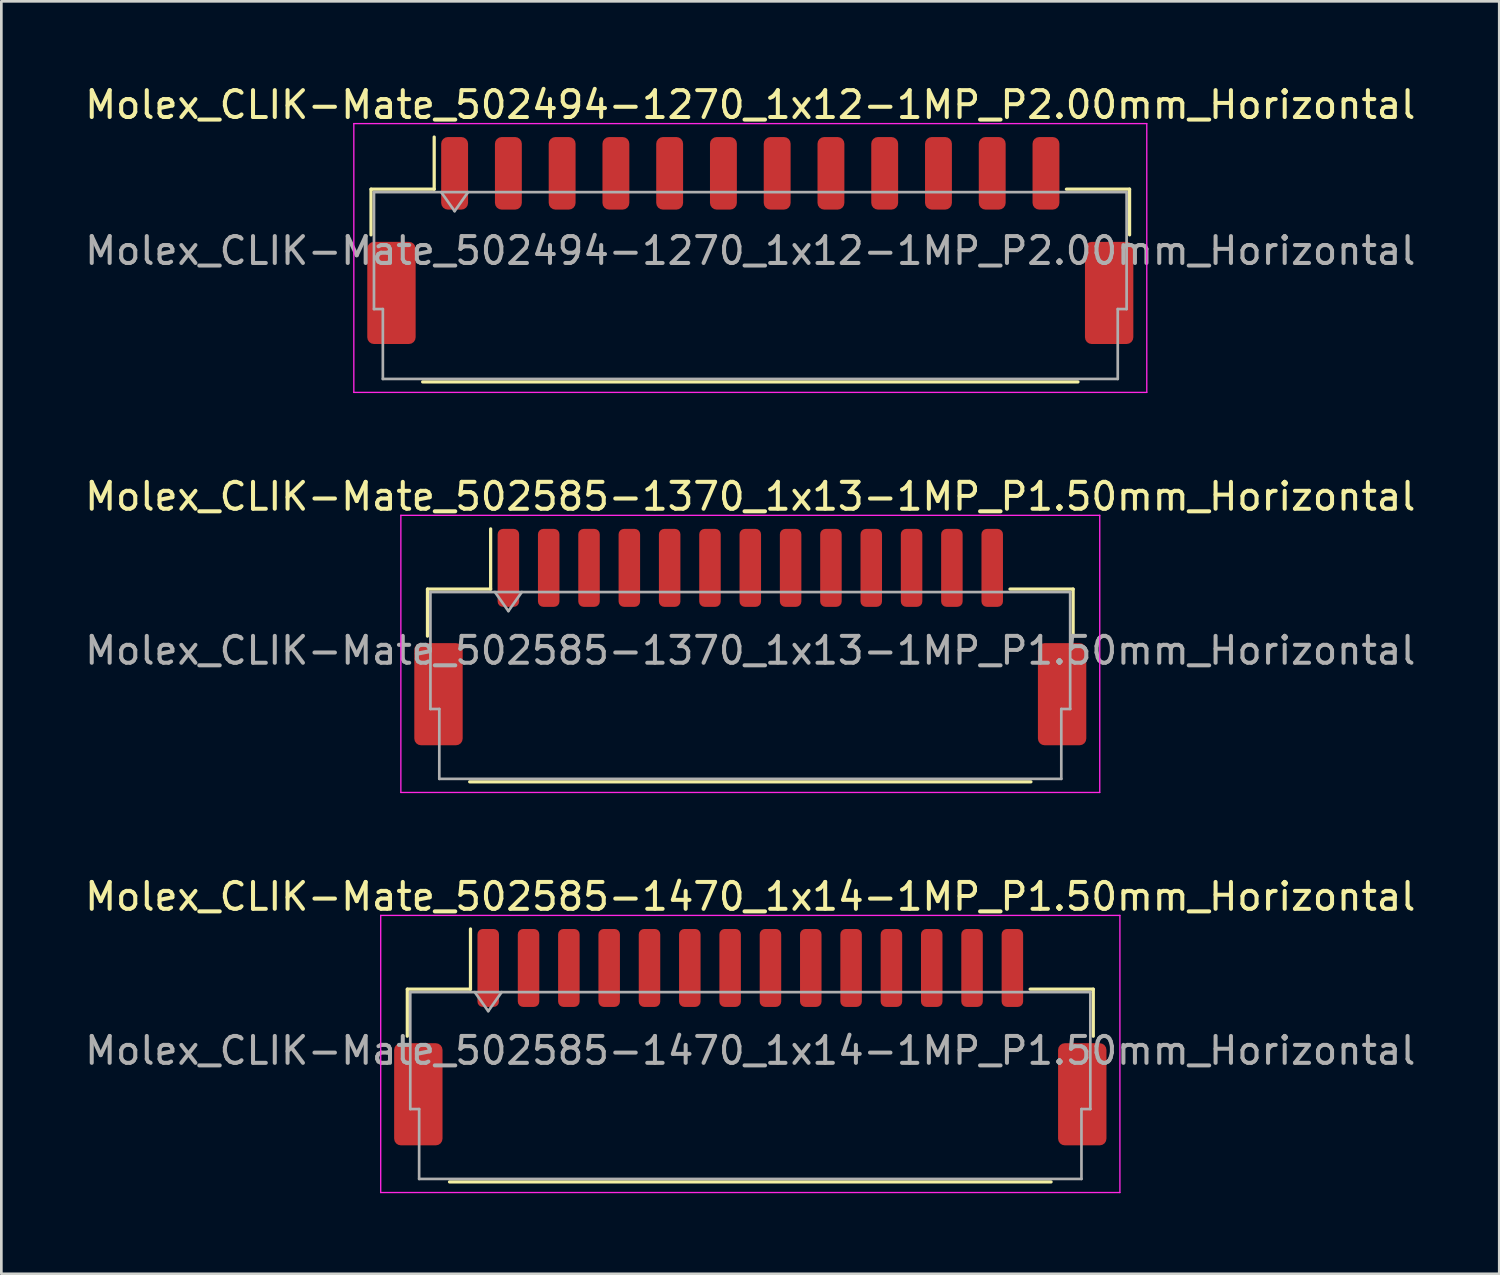
<source format=kicad_pcb>
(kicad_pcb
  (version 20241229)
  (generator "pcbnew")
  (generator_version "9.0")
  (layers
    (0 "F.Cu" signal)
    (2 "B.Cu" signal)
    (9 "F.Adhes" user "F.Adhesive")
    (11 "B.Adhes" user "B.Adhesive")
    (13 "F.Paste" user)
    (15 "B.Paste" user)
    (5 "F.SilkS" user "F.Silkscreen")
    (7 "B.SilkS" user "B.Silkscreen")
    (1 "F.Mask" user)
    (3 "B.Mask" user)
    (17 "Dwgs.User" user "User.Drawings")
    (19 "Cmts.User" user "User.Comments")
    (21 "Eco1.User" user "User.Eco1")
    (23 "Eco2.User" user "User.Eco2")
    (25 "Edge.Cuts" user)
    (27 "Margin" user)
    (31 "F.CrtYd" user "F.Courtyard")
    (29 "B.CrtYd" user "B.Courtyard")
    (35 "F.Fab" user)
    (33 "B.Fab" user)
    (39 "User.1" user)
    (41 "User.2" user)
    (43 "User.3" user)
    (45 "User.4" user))
  (footprint "Molex_CLIK-Mate_502494-1270_1x12-1MP_P2.00mm_Horizontal"
    (layer "F.Cu")
    (at 24.863 5.898)
    (property "Reference" "Molex_CLIK-Mate_502494-1270_1x12-1MP_P2.00mm_Horizontal" (at 0 -5.05 0) (layer "F.SilkS") (effects (font (size 1 1) (thickness 0.15))))
    (attr smd)
    (fp_line (start -14.11 -1.91) (end -11.76 -1.91) (stroke (width 0.12) (type solid)) (layer "F.SilkS"))
    (fp_line (start -14.11 -0.21) (end -14.11 -1.91) (stroke (width 0.12) (type solid)) (layer "F.SilkS"))
    (fp_line (start -12.19 5.26) (end 12.19 5.26) (stroke (width 0.12) (type solid)) (layer "F.SilkS"))
    (fp_line (start -11.76 -1.91) (end -11.76 -3.85) (stroke (width 0.12) (type solid)) (layer "F.SilkS"))
    (fp_line (start 14.11 -1.91) (end 11.76 -1.91) (stroke (width 0.12) (type solid)) (layer "F.SilkS"))
    (fp_line (start 14.11 -0.21) (end 14.11 -1.91) (stroke (width 0.12) (type solid)) (layer "F.SilkS"))
    (fp_line (start -14.75 -4.35) (end -14.75 5.65) (stroke (width 0.05) (type solid)) (layer "F.CrtYd"))
    (fp_line (start -14.75 5.65) (end 14.75 5.65) (stroke (width 0.05) (type solid)) (layer "F.CrtYd"))
    (fp_line (start 14.75 -4.35) (end -14.75 -4.35) (stroke (width 0.05) (type solid)) (layer "F.CrtYd"))
    (fp_line (start 14.75 5.65) (end 14.75 -4.35) (stroke (width 0.05) (type solid)) (layer "F.CrtYd"))
    (fp_line (start -14 -1.8) (end -14 2.55) (stroke (width 0.1) (type solid)) (layer "F.Fab"))
    (fp_line (start -14 -1.8) (end 14 -1.8) (stroke (width 0.1) (type solid)) (layer "F.Fab"))
    (fp_line (start -14 2.55) (end -13.67 2.55) (stroke (width 0.1) (type solid)) (layer "F.Fab"))
    (fp_line (start -13.67 2.55) (end -13.67 5.15) (stroke (width 0.1) (type solid)) (layer "F.Fab"))
    (fp_line (start -13.67 5.15) (end 13.67 5.15) (stroke (width 0.1) (type solid)) (layer "F.Fab"))
    (fp_line (start -11.5 -1.8) (end -11 -1.093) (stroke (width 0.1) (type solid)) (layer "F.Fab"))
    (fp_line (start -11 -1.093) (end -10.5 -1.8) (stroke (width 0.1) (type solid)) (layer "F.Fab"))
    (fp_line (start 13.67 2.55) (end 14 2.55) (stroke (width 0.1) (type solid)) (layer "F.Fab"))
    (fp_line (start 13.67 5.15) (end 13.67 2.55) (stroke (width 0.1) (type solid)) (layer "F.Fab"))
    (fp_line (start 14 -1.8) (end 14 2.55) (stroke (width 0.1) (type solid)) (layer "F.Fab"))
    (fp_text user "${REFERENCE}" (at 0 0.38 0) (layer "F.Fab") (effects (font (size 1 1) (thickness 0.15))))
    (pad "1" smd roundrect (at -11 -2.5) (size 1 2.7) (layers "F.Cu" "F.Mask" "F.Paste") (roundrect_rratio 0.25))
    (pad "2" smd roundrect (at -9 -2.5) (size 1 2.7) (layers "F.Cu" "F.Mask" "F.Paste") (roundrect_rratio 0.25))
    (pad "3" smd roundrect (at -7 -2.5) (size 1 2.7) (layers "F.Cu" "F.Mask" "F.Paste") (roundrect_rratio 0.25))
    (pad "4" smd roundrect (at -5 -2.5) (size 1 2.7) (layers "F.Cu" "F.Mask" "F.Paste") (roundrect_rratio 0.25))
    (pad "5" smd roundrect (at -3 -2.5) (size 1 2.7) (layers "F.Cu" "F.Mask" "F.Paste") (roundrect_rratio 0.25))
    (pad "6" smd roundrect (at -1 -2.5) (size 1 2.7) (layers "F.Cu" "F.Mask" "F.Paste") (roundrect_rratio 0.25))
    (pad "7" smd roundrect (at 1 -2.5) (size 1 2.7) (layers "F.Cu" "F.Mask" "F.Paste") (roundrect_rratio 0.25))
    (pad "8" smd roundrect (at 3 -2.5) (size 1 2.7) (layers "F.Cu" "F.Mask" "F.Paste") (roundrect_rratio 0.25))
    (pad "9" smd roundrect (at 5 -2.5) (size 1 2.7) (layers "F.Cu" "F.Mask" "F.Paste") (roundrect_rratio 0.25))
    (pad "10" smd roundrect (at 7 -2.5) (size 1 2.7) (layers "F.Cu" "F.Mask" "F.Paste") (roundrect_rratio 0.25))
    (pad "11" smd roundrect (at 9 -2.5) (size 1 2.7) (layers "F.Cu" "F.Mask" "F.Paste") (roundrect_rratio 0.25))
    (pad "12" smd roundrect (at 11 -2.5) (size 1 2.7) (layers "F.Cu" "F.Mask" "F.Paste") (roundrect_rratio 0.25))
    (pad "MP" smd roundrect (at -13.35 1.95) (size 1.8 3.8) (layers "F.Cu" "F.Mask" "F.Paste") (roundrect_rratio 0.139))
    (pad "MP" smd roundrect (at 13.35 1.95) (size 1.8 3.8) (layers "F.Cu" "F.Mask" "F.Paste") (roundrect_rratio 0.139)))
  (footprint "Molex_CLIK-Mate_502585-1470_1x14-1MP_P1.50mm_Horizontal"
    (layer "F.Cu")
    (at 24.863 35.535)
    (property "Reference" "Molex_CLIK-Mate_502585-1470_1x14-1MP_P1.50mm_Horizontal" (at 0 -5.23 0) (layer "F.SilkS") (effects (font (size 1 1) (thickness 0.15))))
    (attr smd)
    (fp_line (start -12.76 -1.785) (end -10.41 -1.785) (stroke (width 0.12) (type solid)) (layer "F.SilkS"))
    (fp_line (start -12.76 -0.035) (end -12.76 -1.785) (stroke (width 0.12) (type solid)) (layer "F.SilkS"))
    (fp_line (start -11.19 5.385) (end 11.19 5.385) (stroke (width 0.12) (type solid)) (layer "F.SilkS"))
    (fp_line (start -10.41 -1.785) (end -10.41 -4.025) (stroke (width 0.12) (type solid)) (layer "F.SilkS"))
    (fp_line (start 12.76 -1.785) (end 10.41 -1.785) (stroke (width 0.12) (type solid)) (layer "F.SilkS"))
    (fp_line (start 12.76 -0.035) (end 12.76 -1.785) (stroke (width 0.12) (type solid)) (layer "F.SilkS"))
    (fp_line (start -13.75 -4.53) (end -13.75 5.78) (stroke (width 0.05) (type solid)) (layer "F.CrtYd"))
    (fp_line (start -13.75 5.78) (end 13.75 5.78) (stroke (width 0.05) (type solid)) (layer "F.CrtYd"))
    (fp_line (start 13.75 -4.53) (end -13.75 -4.53) (stroke (width 0.05) (type solid)) (layer "F.CrtYd"))
    (fp_line (start 13.75 5.78) (end 13.75 -4.53) (stroke (width 0.05) (type solid)) (layer "F.CrtYd"))
    (fp_line (start -12.65 -1.675) (end -12.65 2.675) (stroke (width 0.1) (type solid)) (layer "F.Fab"))
    (fp_line (start -12.65 -1.675) (end 12.65 -1.675) (stroke (width 0.1) (type solid)) (layer "F.Fab"))
    (fp_line (start -12.65 2.675) (end -12.32 2.675) (stroke (width 0.1) (type solid)) (layer "F.Fab"))
    (fp_line (start -12.32 2.675) (end -12.32 5.275) (stroke (width 0.1) (type solid)) (layer "F.Fab"))
    (fp_line (start -12.32 5.275) (end 12.32 5.275) (stroke (width 0.1) (type solid)) (layer "F.Fab"))
    (fp_line (start -10.25 -1.675) (end -9.75 -0.968) (stroke (width 0.1) (type solid)) (layer "F.Fab"))
    (fp_line (start -9.75 -0.968) (end -9.25 -1.675) (stroke (width 0.1) (type solid)) (layer "F.Fab"))
    (fp_line (start 12.32 2.675) (end 12.65 2.675) (stroke (width 0.1) (type solid)) (layer "F.Fab"))
    (fp_line (start 12.32 5.275) (end 12.32 2.675) (stroke (width 0.1) (type solid)) (layer "F.Fab"))
    (fp_line (start 12.65 -1.675) (end 12.65 2.675) (stroke (width 0.1) (type solid)) (layer "F.Fab"))
    (fp_text user "${REFERENCE}" (at 0 0.5 0) (layer "F.Fab") (effects (font (size 1 1) (thickness 0.15))))
    (pad "1" smd roundrect (at -9.75 -2.575) (size 0.8 2.9) (layers "F.Cu" "F.Mask" "F.Paste") (roundrect_rratio 0.25))
    (pad "2" smd roundrect (at -8.25 -2.575) (size 0.8 2.9) (layers "F.Cu" "F.Mask" "F.Paste") (roundrect_rratio 0.25))
    (pad "3" smd roundrect (at -6.75 -2.575) (size 0.8 2.9) (layers "F.Cu" "F.Mask" "F.Paste") (roundrect_rratio 0.25))
    (pad "4" smd roundrect (at -5.25 -2.575) (size 0.8 2.9) (layers "F.Cu" "F.Mask" "F.Paste") (roundrect_rratio 0.25))
    (pad "5" smd roundrect (at -3.75 -2.575) (size 0.8 2.9) (layers "F.Cu" "F.Mask" "F.Paste") (roundrect_rratio 0.25))
    (pad "6" smd roundrect (at -2.25 -2.575) (size 0.8 2.9) (layers "F.Cu" "F.Mask" "F.Paste") (roundrect_rratio 0.25))
    (pad "7" smd roundrect (at -0.75 -2.575) (size 0.8 2.9) (layers "F.Cu" "F.Mask" "F.Paste") (roundrect_rratio 0.25))
    (pad "8" smd roundrect (at 0.75 -2.575) (size 0.8 2.9) (layers "F.Cu" "F.Mask" "F.Paste") (roundrect_rratio 0.25))
    (pad "9" smd roundrect (at 2.25 -2.575) (size 0.8 2.9) (layers "F.Cu" "F.Mask" "F.Paste") (roundrect_rratio 0.25))
    (pad "10" smd roundrect (at 3.75 -2.575) (size 0.8 2.9) (layers "F.Cu" "F.Mask" "F.Paste") (roundrect_rratio 0.25))
    (pad "11" smd roundrect (at 5.25 -2.575) (size 0.8 2.9) (layers "F.Cu" "F.Mask" "F.Paste") (roundrect_rratio 0.25))
    (pad "12" smd roundrect (at 6.75 -2.575) (size 0.8 2.9) (layers "F.Cu" "F.Mask" "F.Paste") (roundrect_rratio 0.25))
    (pad "13" smd roundrect (at 8.25 -2.575) (size 0.8 2.9) (layers "F.Cu" "F.Mask" "F.Paste") (roundrect_rratio 0.25))
    (pad "14" smd roundrect (at 9.75 -2.575) (size 0.8 2.9) (layers "F.Cu" "F.Mask" "F.Paste") (roundrect_rratio 0.25))
    (pad "MP" smd roundrect (at -12.35 2.125) (size 1.8 3.8) (layers "F.Cu" "F.Mask" "F.Paste") (roundrect_rratio 0.139))
    (pad "MP" smd roundrect (at 12.35 2.125) (size 1.8 3.8) (layers "F.Cu" "F.Mask" "F.Paste") (roundrect_rratio 0.139)))
  (footprint "Molex_CLIK-Mate_502585-1370_1x13-1MP_P1.50mm_Horizontal"
    (layer "F.Cu")
    (at 24.863 20.651)
    (property "Reference" "Molex_CLIK-Mate_502585-1370_1x13-1MP_P1.50mm_Horizontal" (at 0 -5.23 0) (layer "F.SilkS") (effects (font (size 1 1) (thickness 0.15))))
    (attr smd)
    (fp_line (start -12.01 -1.785) (end -9.66 -1.785) (stroke (width 0.12) (type solid)) (layer "F.SilkS"))
    (fp_line (start -12.01 -0.035) (end -12.01 -1.785) (stroke (width 0.12) (type solid)) (layer "F.SilkS"))
    (fp_line (start -10.44 5.385) (end 10.44 5.385) (stroke (width 0.12) (type solid)) (layer "F.SilkS"))
    (fp_line (start -9.66 -1.785) (end -9.66 -4.025) (stroke (width 0.12) (type solid)) (layer "F.SilkS"))
    (fp_line (start 12.01 -1.785) (end 9.66 -1.785) (stroke (width 0.12) (type solid)) (layer "F.SilkS"))
    (fp_line (start 12.01 -0.035) (end 12.01 -1.785) (stroke (width 0.12) (type solid)) (layer "F.SilkS"))
    (fp_line (start -13 -4.53) (end -13 5.78) (stroke (width 0.05) (type solid)) (layer "F.CrtYd"))
    (fp_line (start -13 5.78) (end 13 5.78) (stroke (width 0.05) (type solid)) (layer "F.CrtYd"))
    (fp_line (start 13 -4.53) (end -13 -4.53) (stroke (width 0.05) (type solid)) (layer "F.CrtYd"))
    (fp_line (start 13 5.78) (end 13 -4.53) (stroke (width 0.05) (type solid)) (layer "F.CrtYd"))
    (fp_line (start -11.9 -1.675) (end -11.9 2.675) (stroke (width 0.1) (type solid)) (layer "F.Fab"))
    (fp_line (start -11.9 -1.675) (end 11.9 -1.675) (stroke (width 0.1) (type solid)) (layer "F.Fab"))
    (fp_line (start -11.9 2.675) (end -11.57 2.675) (stroke (width 0.1) (type solid)) (layer "F.Fab"))
    (fp_line (start -11.57 2.675) (end -11.57 5.275) (stroke (width 0.1) (type solid)) (layer "F.Fab"))
    (fp_line (start -11.57 5.275) (end 11.57 5.275) (stroke (width 0.1) (type solid)) (layer "F.Fab"))
    (fp_line (start -9.5 -1.675) (end -9 -0.968) (stroke (width 0.1) (type solid)) (layer "F.Fab"))
    (fp_line (start -9 -0.968) (end -8.5 -1.675) (stroke (width 0.1) (type solid)) (layer "F.Fab"))
    (fp_line (start 11.57 2.675) (end 11.9 2.675) (stroke (width 0.1) (type solid)) (layer "F.Fab"))
    (fp_line (start 11.57 5.275) (end 11.57 2.675) (stroke (width 0.1) (type solid)) (layer "F.Fab"))
    (fp_line (start 11.9 -1.675) (end 11.9 2.675) (stroke (width 0.1) (type solid)) (layer "F.Fab"))
    (fp_text user "${REFERENCE}" (at 0 0.5 0) (layer "F.Fab") (effects (font (size 1 1) (thickness 0.15))))
    (pad "1" smd roundrect (at -9 -2.575) (size 0.8 2.9) (layers "F.Cu" "F.Mask" "F.Paste") (roundrect_rratio 0.25))
    (pad "2" smd roundrect (at -7.5 -2.575) (size 0.8 2.9) (layers "F.Cu" "F.Mask" "F.Paste") (roundrect_rratio 0.25))
    (pad "3" smd roundrect (at -6 -2.575) (size 0.8 2.9) (layers "F.Cu" "F.Mask" "F.Paste") (roundrect_rratio 0.25))
    (pad "4" smd roundrect (at -4.5 -2.575) (size 0.8 2.9) (layers "F.Cu" "F.Mask" "F.Paste") (roundrect_rratio 0.25))
    (pad "5" smd roundrect (at -3 -2.575) (size 0.8 2.9) (layers "F.Cu" "F.Mask" "F.Paste") (roundrect_rratio 0.25))
    (pad "6" smd roundrect (at -1.5 -2.575) (size 0.8 2.9) (layers "F.Cu" "F.Mask" "F.Paste") (roundrect_rratio 0.25))
    (pad "7" smd roundrect (at 0 -2.575) (size 0.8 2.9) (layers "F.Cu" "F.Mask" "F.Paste") (roundrect_rratio 0.25))
    (pad "8" smd roundrect (at 1.5 -2.575) (size 0.8 2.9) (layers "F.Cu" "F.Mask" "F.Paste") (roundrect_rratio 0.25))
    (pad "9" smd roundrect (at 3 -2.575) (size 0.8 2.9) (layers "F.Cu" "F.Mask" "F.Paste") (roundrect_rratio 0.25))
    (pad "10" smd roundrect (at 4.5 -2.575) (size 0.8 2.9) (layers "F.Cu" "F.Mask" "F.Paste") (roundrect_rratio 0.25))
    (pad "11" smd roundrect (at 6 -2.575) (size 0.8 2.9) (layers "F.Cu" "F.Mask" "F.Paste") (roundrect_rratio 0.25))
    (pad "12" smd roundrect (at 7.5 -2.575) (size 0.8 2.9) (layers "F.Cu" "F.Mask" "F.Paste") (roundrect_rratio 0.25))
    (pad "13" smd roundrect (at 9 -2.575) (size 0.8 2.9) (layers "F.Cu" "F.Mask" "F.Paste") (roundrect_rratio 0.25))
    (pad "MP" smd roundrect (at -11.6 2.125) (size 1.8 3.8) (layers "F.Cu" "F.Mask" "F.Paste") (roundrect_rratio 0.139))
    (pad "MP" smd roundrect (at 11.6 2.125) (size 1.8 3.8) (layers "F.Cu" "F.Mask" "F.Paste") (roundrect_rratio 0.139)))
  (gr_rect
    (start -3 -3)
    (end 52.726 44.34)
    (stroke (width 0.1) (type default))
    (fill no)
    (layer "Edge.Cuts")))
</source>
